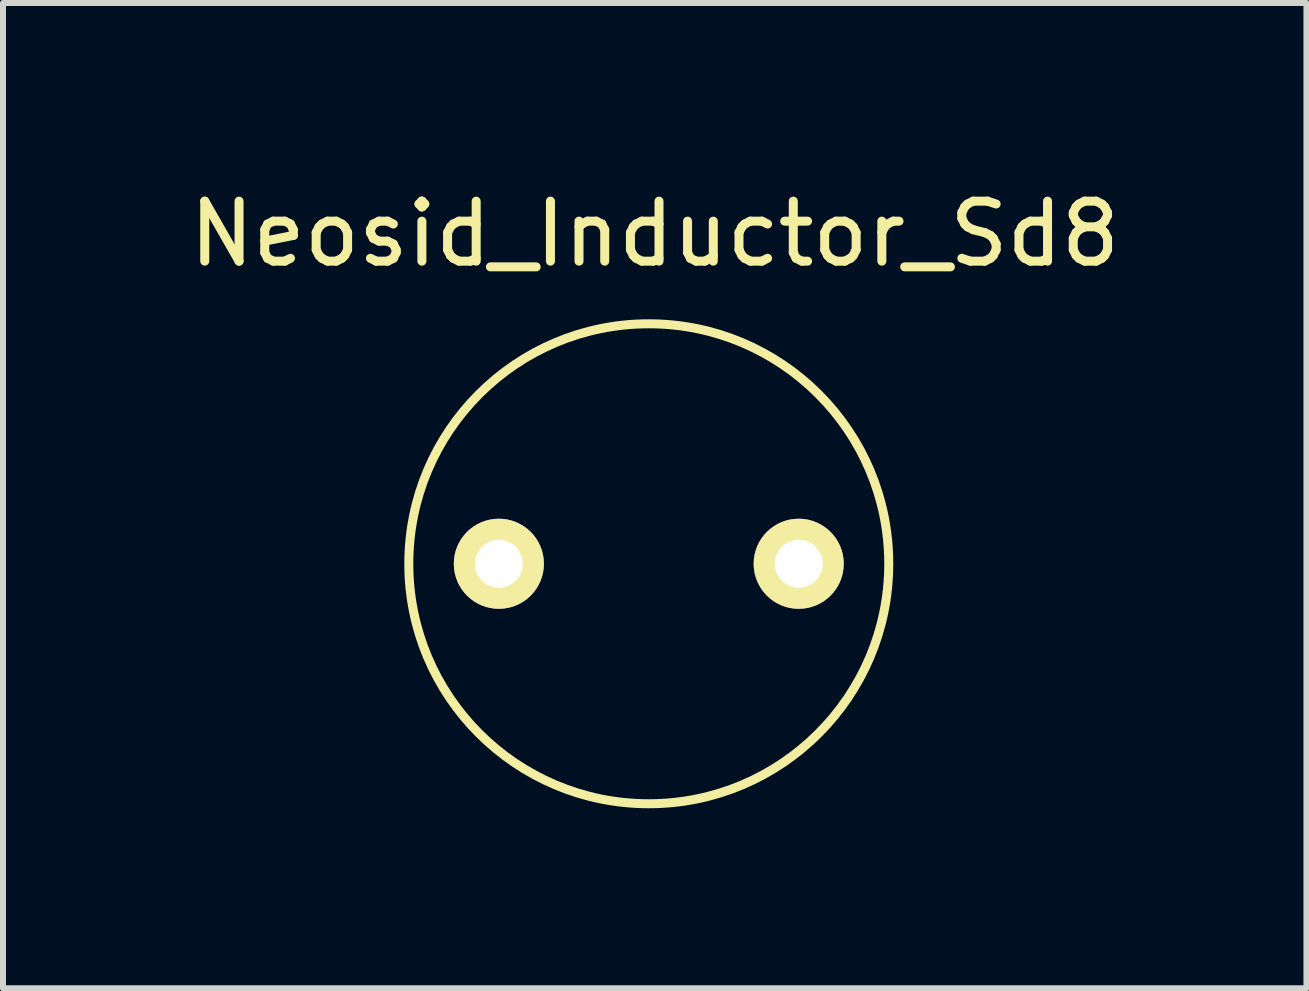
<source format=kicad_pcb>
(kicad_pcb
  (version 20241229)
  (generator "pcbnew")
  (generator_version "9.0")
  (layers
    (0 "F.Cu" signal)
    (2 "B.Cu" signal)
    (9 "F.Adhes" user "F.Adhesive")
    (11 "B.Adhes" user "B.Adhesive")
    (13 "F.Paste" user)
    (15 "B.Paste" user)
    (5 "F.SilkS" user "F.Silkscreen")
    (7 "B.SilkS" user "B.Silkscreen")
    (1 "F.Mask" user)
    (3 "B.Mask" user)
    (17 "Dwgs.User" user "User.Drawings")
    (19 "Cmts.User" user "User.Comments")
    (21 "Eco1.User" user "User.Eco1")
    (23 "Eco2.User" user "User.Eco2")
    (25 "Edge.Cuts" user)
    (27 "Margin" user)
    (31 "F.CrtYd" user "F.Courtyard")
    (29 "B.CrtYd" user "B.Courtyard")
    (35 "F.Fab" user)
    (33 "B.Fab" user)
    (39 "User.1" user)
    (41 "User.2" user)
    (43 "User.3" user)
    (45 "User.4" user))
  (footprint "Neosid_Inductor_Sd8"
    (layer "F.Cu")
    (at 7.764 6.347)
    (property "Reference" "Neosid_Inductor_Sd8" (at 0.099 -5.499 0) (layer "F.SilkS") (effects (font (size 1 1) (thickness 0.15))))
    (attr through_hole)
    (fp_circle (center 0 0) (end 4 0) (stroke (width 0.15) (type solid)) (fill no) (layer "F.SilkS"))
    (pad "1" thru_hole circle (at -2.499 0) (size 1.501 1.501) (drill 0.8) (layers "*.Cu" "*.Mask" "F.SilkS"))
    (pad "2" thru_hole circle (at 2.499 0) (size 1.501 1.501) (drill 0.8) (layers "*.Cu" "*.Mask" "F.SilkS")))
  (gr_rect
    (start -3 -3)
    (end 18.726 13.423)
    (stroke (width 0.1) (type default))
    (fill no)
    (layer "Edge.Cuts")))
</source>
